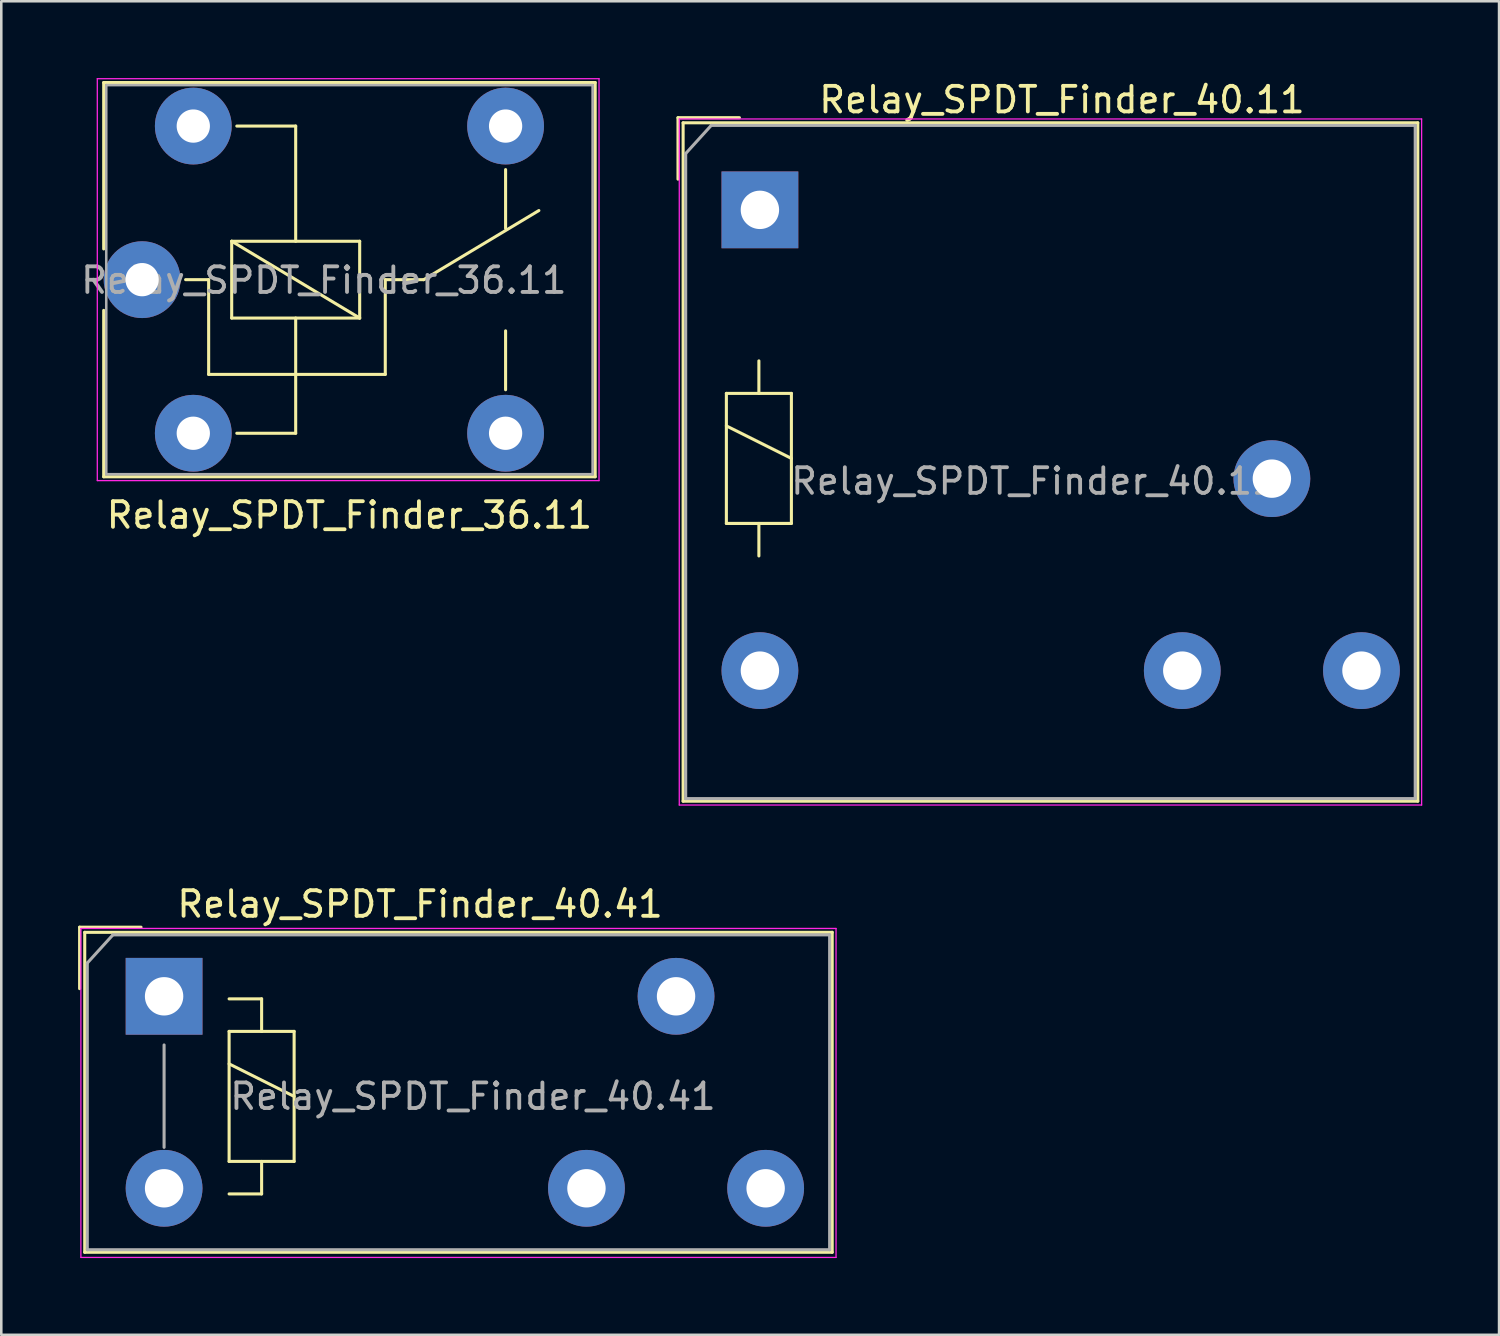
<source format=kicad_pcb>
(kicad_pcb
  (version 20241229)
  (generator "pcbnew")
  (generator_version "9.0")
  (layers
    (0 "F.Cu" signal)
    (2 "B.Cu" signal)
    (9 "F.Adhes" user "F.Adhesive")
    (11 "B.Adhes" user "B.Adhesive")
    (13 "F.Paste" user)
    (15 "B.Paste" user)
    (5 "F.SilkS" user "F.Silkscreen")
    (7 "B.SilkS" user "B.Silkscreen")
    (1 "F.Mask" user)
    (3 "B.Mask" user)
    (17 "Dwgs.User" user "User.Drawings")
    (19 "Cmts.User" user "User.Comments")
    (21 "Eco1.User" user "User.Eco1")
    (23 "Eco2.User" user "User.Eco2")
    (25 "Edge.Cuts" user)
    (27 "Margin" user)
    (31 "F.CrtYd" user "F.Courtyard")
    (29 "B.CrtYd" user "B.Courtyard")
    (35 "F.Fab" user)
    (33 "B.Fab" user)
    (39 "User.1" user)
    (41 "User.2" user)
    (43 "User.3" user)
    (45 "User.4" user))
  (footprint "Relay_SPDT_Finder_36.11"
    (layer "F.Cu")
    (at 2.501 7.875)
    (property "Reference" "Relay_SPDT_Finder_36.11" (at 8.1 9.2 0) (layer "F.SilkS") (effects (font (size 1 1) (thickness 0.15))))
    (attr through_hole)
    (fp_line (start -1.5 -7.7) (end -1.5 -1.2) (stroke (width 0.12) (type solid)) (layer "F.SilkS"))
    (fp_line (start -1.5 -7.7) (end 17.7 -7.7) (stroke (width 0.12) (type solid)) (layer "F.SilkS"))
    (fp_line (start -1.5 1.2) (end -1.5 7.7) (stroke (width 0.12) (type solid)) (layer "F.SilkS"))
    (fp_line (start 2.6 0) (end 1.7 0) (stroke (width 0.12) (type solid)) (layer "F.SilkS"))
    (fp_line (start 2.6 0) (end 2.6 3.7) (stroke (width 0.12) (type solid)) (layer "F.SilkS"))
    (fp_line (start 3.5 -1.5) (end 8.5 -1.5) (stroke (width 0.12) (type solid)) (layer "F.SilkS"))
    (fp_line (start 3.5 1.5) (end 3.5 -1.5) (stroke (width 0.12) (type solid)) (layer "F.SilkS"))
    (fp_line (start 3.7 6) (end 6 6) (stroke (width 0.12) (type solid)) (layer "F.SilkS"))
    (fp_line (start 6 -6) (end 3.7 -6) (stroke (width 0.12) (type solid)) (layer "F.SilkS"))
    (fp_line (start 6 -6) (end 6 -1.5) (stroke (width 0.12) (type solid)) (layer "F.SilkS"))
    (fp_line (start 6 1.5) (end 6 6) (stroke (width 0.12) (type solid)) (layer "F.SilkS"))
    (fp_line (start 8.5 -1.5) (end 8.5 1.5) (stroke (width 0.12) (type solid)) (layer "F.SilkS"))
    (fp_line (start 8.5 1.5) (end 3.5 -1.5) (stroke (width 0.12) (type solid)) (layer "F.SilkS"))
    (fp_line (start 8.5 1.5) (end 3.5 1.5) (stroke (width 0.12) (type solid)) (layer "F.SilkS"))
    (fp_line (start 9.5 0) (end 9.5 3.7) (stroke (width 0.12) (type solid)) (layer "F.SilkS"))
    (fp_line (start 9.5 0) (end 11 0) (stroke (width 0.12) (type solid)) (layer "F.SilkS"))
    (fp_line (start 9.5 3.7) (end 2.6 3.7) (stroke (width 0.12) (type solid)) (layer "F.SilkS"))
    (fp_line (start 11 0) (end 15.5 -2.7) (stroke (width 0.12) (type solid)) (layer "F.SilkS"))
    (fp_line (start 14.2 -4.3) (end 14.2 -2) (stroke (width 0.12) (type solid)) (layer "F.SilkS"))
    (fp_line (start 14.2 4.3) (end 14.2 2) (stroke (width 0.12) (type solid)) (layer "F.SilkS"))
    (fp_line (start 17.7 -7.7) (end 17.7 7.7) (stroke (width 0.12) (type solid)) (layer "F.SilkS"))
    (fp_line (start 17.7 7.7) (end -1.5 7.7) (stroke (width 0.12) (type solid)) (layer "F.SilkS"))
    (fp_line (start -1.75 7.85) (end -1.75 -7.85) (stroke (width 0.05) (type solid)) (layer "F.CrtYd"))
    (fp_line (start -1.75 7.85) (end 17.85 7.85) (stroke (width 0.05) (type solid)) (layer "F.CrtYd"))
    (fp_line (start 17.85 -7.85) (end -1.75 -7.85) (stroke (width 0.05) (type solid)) (layer "F.CrtYd"))
    (fp_line (start 17.85 -7.85) (end 17.85 7.85) (stroke (width 0.05) (type solid)) (layer "F.CrtYd"))
    (fp_line (start -1.4 -7.6) (end 17.6 -7.6) (stroke (width 0.1) (type solid)) (layer "F.Fab"))
    (fp_line (start -1.4 7.6) (end -1.4 -7.6) (stroke (width 0.1) (type solid)) (layer "F.Fab"))
    (fp_line (start 17.6 -7.6) (end 17.6 7.6) (stroke (width 0.1) (type solid)) (layer "F.Fab"))
    (fp_line (start 17.6 7.6) (end -1.4 7.6) (stroke (width 0.1) (type solid)) (layer "F.Fab"))
    (fp_text user "${REFERENCE}" (at 7.1 0.025 0) (layer "F.Fab") (effects (font (size 1 1) (thickness 0.15))))
    (pad "11" thru_hole circle (at 0 0) (size 3 3) (drill 1.3) (layers "*.Cu" "*.Mask"))
    (pad "12" thru_hole circle (at 14.2 -6) (size 3 3) (drill 1.3) (layers "*.Cu" "*.Mask"))
    (pad "14" thru_hole circle (at 14.2 6) (size 3 3) (drill 1.3) (layers "*.Cu" "*.Mask"))
    (pad "A1" thru_hole circle (at 2 6) (size 3 3) (drill 1.3) (layers "*.Cu" "*.Mask"))
    (pad "A2" thru_hole circle (at 2 -6) (size 3 3) (drill 1.3) (layers "*.Cu" "*.Mask")))
  (footprint "Relay_SPDT_Finder_40.41"
    (layer "F.Cu")
    (at 3.36 35.871)
    (property "Reference" "Relay_SPDT_Finder_40.41" (at 10 -3.6 0) (layer "F.SilkS") (effects (font (size 1 1) (thickness 0.15))))
    (attr through_hole)
    (fp_line (start -3.3 -0.3) (end -3.3 -2.7) (stroke (width 0.12) (type solid)) (layer "F.SilkS"))
    (fp_line (start -3.1 -2.5) (end 26.1 -2.5) (stroke (width 0.12) (type solid)) (layer "F.SilkS"))
    (fp_line (start -3.1 10) (end -3.1 -2.5) (stroke (width 0.12) (type solid)) (layer "F.SilkS"))
    (fp_line (start -0.9 -2.7) (end -3.3 -2.7) (stroke (width 0.12) (type solid)) (layer "F.SilkS"))
    (fp_line (start 2.54 0.1) (end 3.81 0.1) (stroke (width 0.12) (type solid)) (layer "F.SilkS"))
    (fp_line (start 2.54 1.37) (end 3.81 1.37) (stroke (width 0.12) (type solid)) (layer "F.SilkS"))
    (fp_line (start 2.54 2.64) (end 5.08 3.91) (stroke (width 0.12) (type solid)) (layer "F.SilkS"))
    (fp_line (start 2.54 6.45) (end 2.54 1.37) (stroke (width 0.12) (type solid)) (layer "F.SilkS"))
    (fp_line (start 3.81 0.1) (end 3.81 1.37) (stroke (width 0.12) (type solid)) (layer "F.SilkS"))
    (fp_line (start 3.81 1.37) (end 5.08 1.37) (stroke (width 0.12) (type solid)) (layer "F.SilkS"))
    (fp_line (start 3.81 6.45) (end 3.81 7.72) (stroke (width 0.12) (type solid)) (layer "F.SilkS"))
    (fp_line (start 3.81 7.72) (end 2.54 7.72) (stroke (width 0.12) (type solid)) (layer "F.SilkS"))
    (fp_line (start 5.08 1.37) (end 5.08 6.45) (stroke (width 0.12) (type solid)) (layer "F.SilkS"))
    (fp_line (start 5.08 6.45) (end 2.54 6.45) (stroke (width 0.12) (type solid)) (layer "F.SilkS"))
    (fp_line (start 26.1 -2.5) (end 26.1 10) (stroke (width 0.12) (type solid)) (layer "F.SilkS"))
    (fp_line (start 26.1 10) (end -3.1 10) (stroke (width 0.12) (type solid)) (layer "F.SilkS"))
    (fp_line (start -3.25 -2.65) (end -3.25 10.2) (stroke (width 0.05) (type solid)) (layer "F.CrtYd"))
    (fp_line (start -3.25 -2.65) (end 26.25 -2.65) (stroke (width 0.05) (type solid)) (layer "F.CrtYd"))
    (fp_line (start 26.25 10.2) (end -3.25 10.2) (stroke (width 0.05) (type solid)) (layer "F.CrtYd"))
    (fp_line (start 26.25 10.2) (end 26.25 -2.65) (stroke (width 0.05) (type solid)) (layer "F.CrtYd"))
    (fp_line (start -3 -1.3) (end -3 9.9) (stroke (width 0.12) (type solid)) (layer "F.Fab"))
    (fp_line (start -3 9.9) (end 26 9.9) (stroke (width 0.12) (type solid)) (layer "F.Fab"))
    (fp_line (start -2 -2.4) (end -3 -1.3) (stroke (width 0.12) (type solid)) (layer "F.Fab"))
    (fp_line (start 0 1.9) (end 0 5.9) (stroke (width 0.12) (type solid)) (layer "F.Fab"))
    (fp_line (start 26 -2.4) (end -2 -2.4) (stroke (width 0.12) (type solid)) (layer "F.Fab"))
    (fp_line (start 26 9.9) (end 26 -2.4) (stroke (width 0.12) (type solid)) (layer "F.Fab"))
    (fp_text user "${REFERENCE}" (at 12.065 3.91 0) (layer "F.Fab") (effects (font (size 1 1) (thickness 0.15))))
    (pad "11" thru_hole circle (at 20 0) (size 3 3) (drill 1.5) (layers "*.Cu" "*.Mask"))
    (pad "12" thru_hole circle (at 16.5 7.5) (size 3 3) (drill 1.5) (layers "*.Cu" "*.Mask"))
    (pad "14" thru_hole circle (at 23.5 7.5) (size 3 3) (drill 1.5) (layers "*.Cu" "*.Mask"))
    (pad "A1" thru_hole rect (at 0 0) (size 3 3) (drill 1.5) (layers "*.Cu" "*.Mask"))
    (pad "A2" thru_hole circle (at 0 7.5) (size 3 3) (drill 1.5) (layers "*.Cu" "*.Mask")))
  (footprint "Relay_SPDT_Finder_40.11"
    (layer "F.Cu")
    (at 26.636 5.148)
    (property "Reference" "Relay_SPDT_Finder_40.11" (at 11.8 -4.3 0) (layer "F.SilkS") (effects (font (size 1 1) (thickness 0.15))))
    (attr through_hole)
    (fp_line (start -3.2 -1.2) (end -3.2 -3.6) (stroke (width 0.12) (type solid)) (layer "F.SilkS"))
    (fp_line (start -3 -3.4) (end 25.7 -3.4) (stroke (width 0.12) (type solid)) (layer "F.SilkS"))
    (fp_line (start -3 23.1) (end -3 -3.4) (stroke (width 0.12) (type solid)) (layer "F.SilkS"))
    (fp_line (start -3 23.1) (end 25.7 23.1) (stroke (width 0.12) (type solid)) (layer "F.SilkS"))
    (fp_line (start -1.31 7.17) (end -0.04 7.17) (stroke (width 0.12) (type solid)) (layer "F.SilkS"))
    (fp_line (start -1.31 8.44) (end 1.23 9.71) (stroke (width 0.12) (type solid)) (layer "F.SilkS"))
    (fp_line (start -1.31 12.25) (end -1.31 7.17) (stroke (width 0.12) (type solid)) (layer "F.SilkS"))
    (fp_line (start -0.8 -3.6) (end -3.2 -3.6) (stroke (width 0.12) (type solid)) (layer "F.SilkS"))
    (fp_line (start -0.04 5.9) (end -0.04 7.17) (stroke (width 0.12) (type solid)) (layer "F.SilkS"))
    (fp_line (start -0.04 7.17) (end 1.23 7.17) (stroke (width 0.12) (type solid)) (layer "F.SilkS"))
    (fp_line (start -0.04 12.25) (end -0.04 13.52) (stroke (width 0.12) (type solid)) (layer "F.SilkS"))
    (fp_line (start 1.23 7.17) (end 1.23 12.25) (stroke (width 0.12) (type solid)) (layer "F.SilkS"))
    (fp_line (start 1.23 12.25) (end -1.31 12.25) (stroke (width 0.12) (type solid)) (layer "F.SilkS"))
    (fp_line (start 25.7 23.1) (end 25.7 -3.4) (stroke (width 0.12) (type solid)) (layer "F.SilkS"))
    (fp_line (start -3.15 -3.55) (end -3.15 23.25) (stroke (width 0.05) (type solid)) (layer "F.CrtYd"))
    (fp_line (start -3.15 -3.55) (end 25.85 -3.55) (stroke (width 0.05) (type solid)) (layer "F.CrtYd"))
    (fp_line (start 25.85 23.25) (end -3.15 23.25) (stroke (width 0.05) (type solid)) (layer "F.CrtYd"))
    (fp_line (start 25.85 23.25) (end 25.85 -3.55) (stroke (width 0.05) (type solid)) (layer "F.CrtYd"))
    (fp_line (start -2.9 -2.2) (end -2.9 23) (stroke (width 0.12) (type solid)) (layer "F.Fab"))
    (fp_line (start -2.9 23) (end 25.6 23) (stroke (width 0.12) (type solid)) (layer "F.Fab"))
    (fp_line (start -1.9 -3.3) (end -2.9 -2.2) (stroke (width 0.12) (type solid)) (layer "F.Fab"))
    (fp_line (start 25.6 -3.3) (end -1.9 -3.3) (stroke (width 0.12) (type solid)) (layer "F.Fab"))
    (fp_line (start 25.6 23) (end 25.6 -3.3) (stroke (width 0.12) (type solid)) (layer "F.Fab"))
    (fp_text user "${REFERENCE}" (at 10.7 10.6 0) (layer "F.Fab") (effects (font (size 1 1) (thickness 0.15))))
    (pad "11" thru_hole circle (at 20 10.5) (size 3 3) (drill 1.5) (layers "*.Cu" "*.Mask"))
    (pad "12" thru_hole circle (at 16.5 18) (size 3 3) (drill 1.5) (layers "*.Cu" "*.Mask"))
    (pad "14" thru_hole circle (at 23.5 18) (size 3 3) (drill 1.5) (layers "*.Cu" "*.Mask"))
    (pad "A1" thru_hole rect (at 0 0) (size 3 3) (drill 1.5) (layers "*.Cu" "*.Mask"))
    (pad "A2" thru_hole circle (at 0 18) (size 3 3) (drill 1.5) (layers "*.Cu" "*.Mask")))
  (gr_rect
    (start -3 -3)
    (end 55.511 49.096)
    (stroke (width 0.1) (type default))
    (fill no)
    (layer "Edge.Cuts")))
</source>
